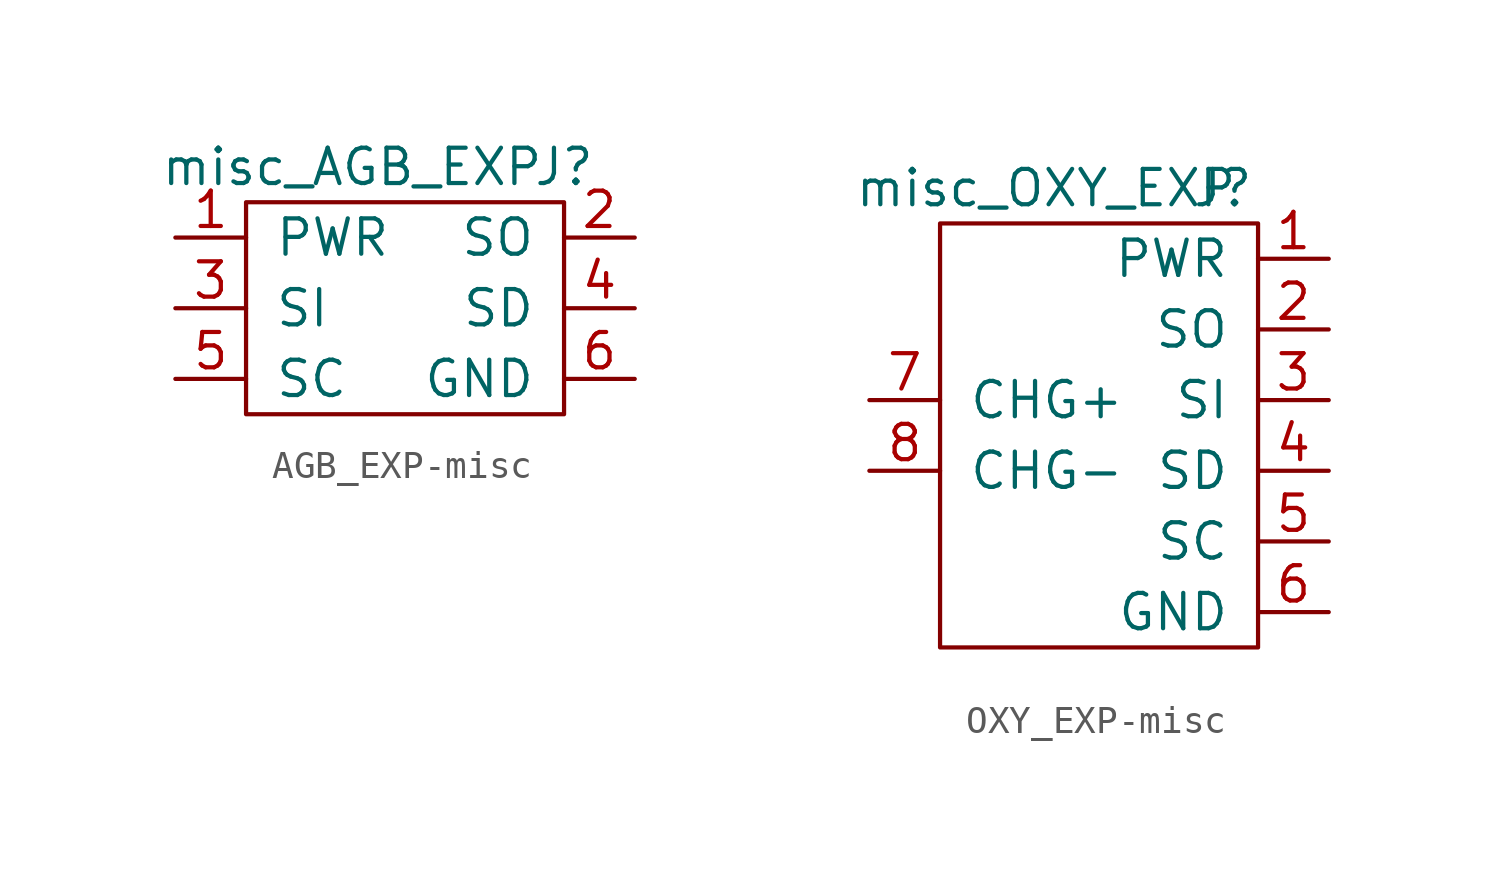
<source format=kicad_sym>
(kicad_symbol_lib
  (version 20220914)
  (generator kicad_symbol_editor)
  (symbol "AGB_EXP-misc"
    (pin_names
      (offset 1.016))
    (property "Reference" "J"
      (at 5.08 5.08 0)
      (effects (font (size 1.27 1.27))))
    (property "Value" "misc_AGB_EXP"
      (at -2.54 5.08 0)
      (effects (font (size 1.27 1.27))))
    (symbol "AGB_EXP-misc_0_1"
      (rectangle (start -6.35 3.81) (end 5.08 -3.81) (stroke (width 0) (type solid)) (fill (type none))))
    (symbol "AGB_EXP-misc_1_1"
      (pin input line (at -8.89 2.54 0) (length 2.54) (name "PWR" (effects (font (size 1.27 1.27)))) (number "1" (effects (font (size 1.27 1.27)))))
      (pin input line (at 7.62 2.54 180) (length 2.54) (name "SO" (effects (font (size 1.27 1.27)))) (number "2" (effects (font (size 1.27 1.27)))))
      (pin input line (at -8.89 0 0) (length 2.54) (name "SI" (effects (font (size 1.27 1.27)))) (number "3" (effects (font (size 1.27 1.27)))))
      (pin input line (at 7.62 0 180) (length 2.54) (name "SD" (effects (font (size 1.27 1.27)))) (number "4" (effects (font (size 1.27 1.27)))))
      (pin input line (at -8.89 -2.54 0) (length 2.54) (name "SC" (effects (font (size 1.27 1.27)))) (number "5" (effects (font (size 1.27 1.27)))))
      (pin input line (at 7.62 -2.54 180) (length 2.54) (name "GND" (effects (font (size 1.27 1.27)))) (number "6" (effects (font (size 1.27 1.27)))))))
  (symbol "OXY_EXP-misc"
    (pin_names
      (offset 1.016))
    (property "Reference" "J"
      (at 3.81 8.89 0)
      (effects (font (size 1.27 1.27))))
    (property "Value" "misc_OXY_EXP"
      (at -2.54 8.89 0)
      (effects (font (size 1.27 1.27))))
    (symbol "OXY_EXP-misc_0_1"
      (rectangle (start -6.35 7.62) (end 5.08 -7.62) (stroke (width 0) (type solid)) (fill (type none))))
    (symbol "OXY_EXP-misc_1_1"
      (pin input line (at 7.62 6.35 180) (length 2.54) (name "PWR" (effects (font (size 1.27 1.27)))) (number "1" (effects (font (size 1.27 1.27)))))
      (pin input line (at 7.62 3.81 180) (length 2.54) (name "SO" (effects (font (size 1.27 1.27)))) (number "2" (effects (font (size 1.27 1.27)))))
      (pin input line (at 7.62 1.27 180) (length 2.54) (name "SI" (effects (font (size 1.27 1.27)))) (number "3" (effects (font (size 1.27 1.27)))))
      (pin input line (at 7.62 -1.27 180) (length 2.54) (name "SD" (effects (font (size 1.27 1.27)))) (number "4" (effects (font (size 1.27 1.27)))))
      (pin input line (at 7.62 -3.81 180) (length 2.54) (name "SC" (effects (font (size 1.27 1.27)))) (number "5" (effects (font (size 1.27 1.27)))))
      (pin input line (at 7.62 -6.35 180) (length 2.54) (name "GND" (effects (font (size 1.27 1.27)))) (number "6" (effects (font (size 1.27 1.27)))))
      (pin input line (at -8.89 1.27 0) (length 2.54) (name "CHG+" (effects (font (size 1.27 1.27)))) (number "7" (effects (font (size 1.27 1.27)))))
      (pin input line (at -8.89 -1.27 0) (length 2.54) (name "CHG-" (effects (font (size 1.27 1.27)))) (number "8" (effects (font (size 1.27 1.27))))))))
</source>
